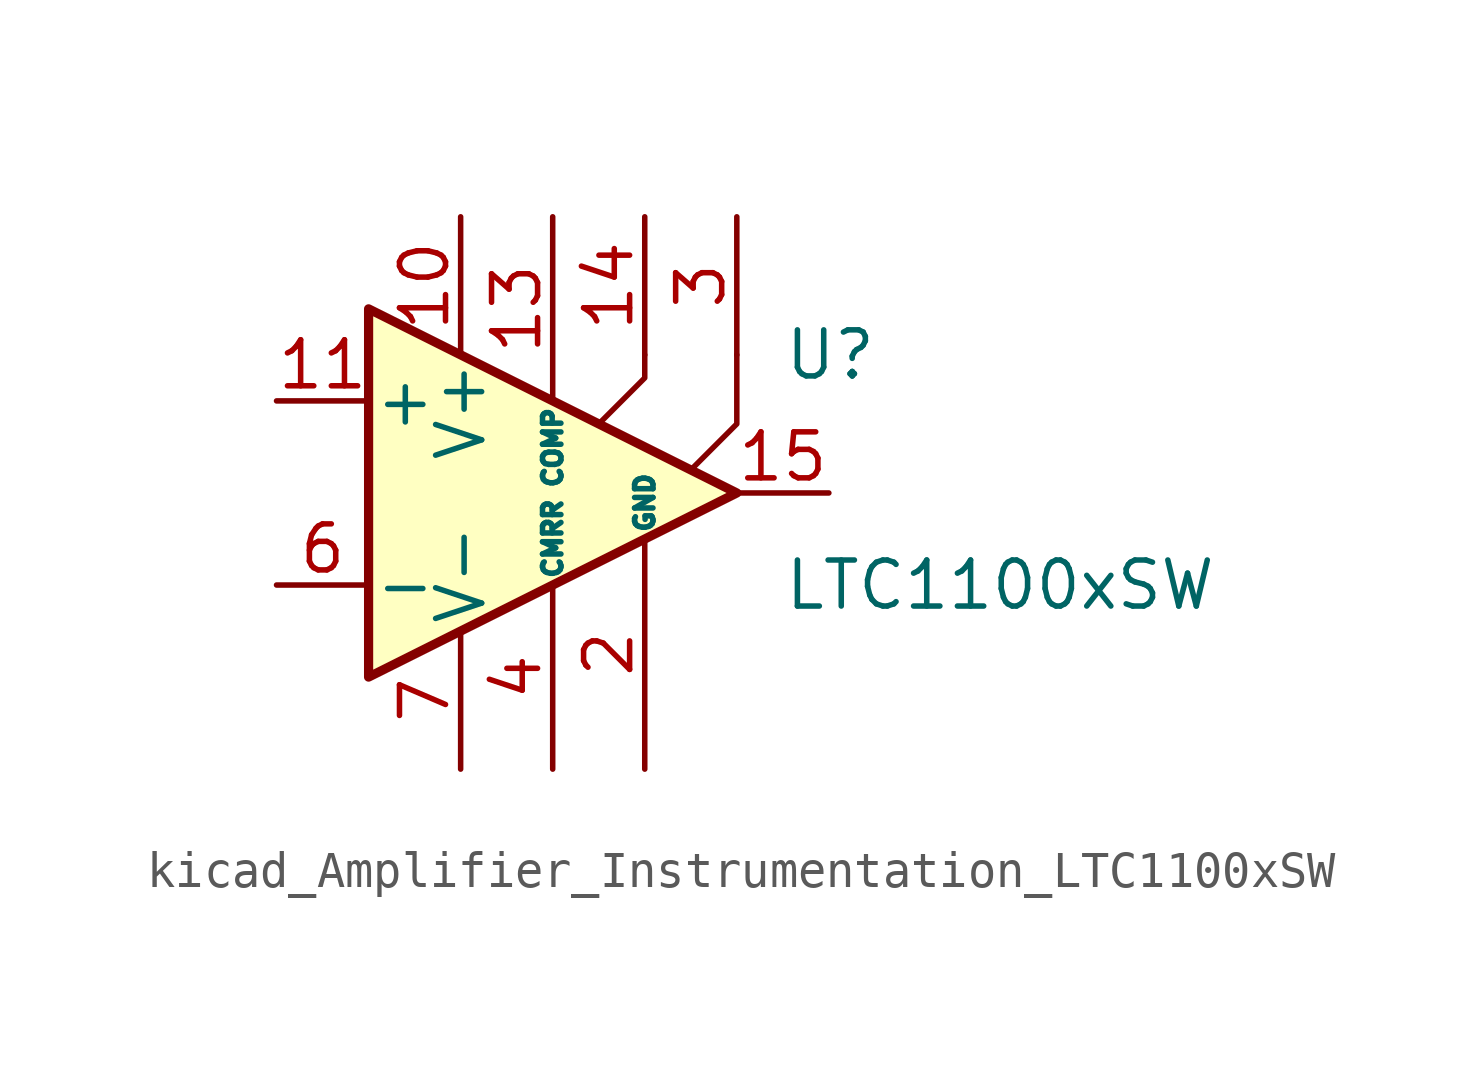
<source format=kicad_sym>
(kicad_symbol_lib
  (version 20220914)
  (generator kicad_symbol_editor)
  (symbol "kicad_Amplifier_Instrumentation_LTC1100xSW"
    (pin_names
      (offset 0.127))
    (property "Reference" "U"
      (at 6.35 3.81 0)
      (effects (font (size 1.27 1.27)) (justify left)))
    (property "Value" "LTC1100xSW"
      (at 6.35 -2.54 0)
      (effects (font (size 1.27 1.27)) (justify left)))
    (symbol "kicad_Amplifier_Instrumentation_LTC1100xSW_0_1"
      (polyline (pts (xy 1.27 1.905) (xy 2.54 3.175) (xy 2.54 3.81)) (stroke (width 0.152) (type default)) (fill (type none)))
      (polyline (pts (xy 3.81 0.635) (xy 5.08 1.905) (xy 5.08 3.81)) (stroke (width 0.152) (type default)) (fill (type none)))
      (polyline (pts (xy -5.08 5.08) (xy 5.08 0) (xy -5.08 -5.08) (xy -5.08 5.08)) (stroke (width 0.254) (type default)) (fill (type background))))
    (symbol "kicad_Amplifier_Instrumentation_LTC1100xSW_1_1"
      (pin no_connect line (at -5.08 2.54 270) (length 2.54) hide (name "NC" (effects (font (size 1.27 1.27)))) (number "1" (effects (font (size 1.27 1.27)))))
      (pin power_in line (at -2.54 7.62 270) (length 3.81) (name "V+" (effects (font (size 1.27 1.27)))) (number "10" (effects (font (size 1.27 1.27)))))
      (pin input line (at -7.62 2.54 0) (length 2.54) (name "+" (effects (font (size 1.27 1.27)))) (number "11" (effects (font (size 1.27 1.27)))))
      (pin no_connect line (at -2.54 -2.54 90) (length 2.54) hide (name "NC" (effects (font (size 1.27 1.27)))) (number "12" (effects (font (size 1.27 1.27)))))
      (pin input line (at 0 7.62 270) (length 5.08) (name "COMP" (effects (font (size 0.508 0.508)))) (number "13" (effects (font (size 1.27 1.27)))))
      (pin passive line (at 2.54 7.62 270) (length 3.81) (name "~" (effects (font (size 1.27 1.27)))) (number "14" (effects (font (size 1.27 1.27)))))
      (pin output line (at 7.62 0 180) (length 2.54) (name "~" (effects (font (size 1.27 1.27)))) (number "15" (effects (font (size 1.27 1.27)))))
      (pin no_connect line (at 0 -2.54 90) (length 2.54) hide (name "NC" (effects (font (size 1.27 1.27)))) (number "16" (effects (font (size 1.27 1.27)))))
      (pin input line (at 2.54 -7.62 90) (length 6.35) (name "GND" (effects (font (size 0.508 0.508)))) (number "2" (effects (font (size 1.27 1.27)))))
      (pin passive line (at 5.08 7.62 270) (length 3.81) (name "~" (effects (font (size 1.27 1.27)))) (number "3" (effects (font (size 1.27 1.27)))))
      (pin input line (at 0 -7.62 90) (length 5.08) (name "CMRR" (effects (font (size 0.508 0.508)))) (number "4" (effects (font (size 1.27 1.27)))))
      (pin no_connect line (at -2.54 2.54 270) (length 2.54) hide (name "NC" (effects (font (size 1.27 1.27)))) (number "5" (effects (font (size 1.27 1.27)))))
      (pin input line (at -7.62 -2.54 0) (length 2.54) (name "-" (effects (font (size 1.27 1.27)))) (number "6" (effects (font (size 1.27 1.27)))))
      (pin power_in line (at -2.54 -7.62 90) (length 3.81) (name "V-" (effects (font (size 1.27 1.27)))) (number "7" (effects (font (size 1.27 1.27)))))
      (pin no_connect line (at 0 2.54 270) (length 2.54) hide (name "NC" (effects (font (size 1.27 1.27)))) (number "8" (effects (font (size 1.27 1.27)))))
      (pin no_connect line (at -5.08 -2.54 90) (length 2.54) hide (name "NC" (effects (font (size 1.27 1.27)))) (number "9" (effects (font (size 1.27 1.27))))))))
</source>
